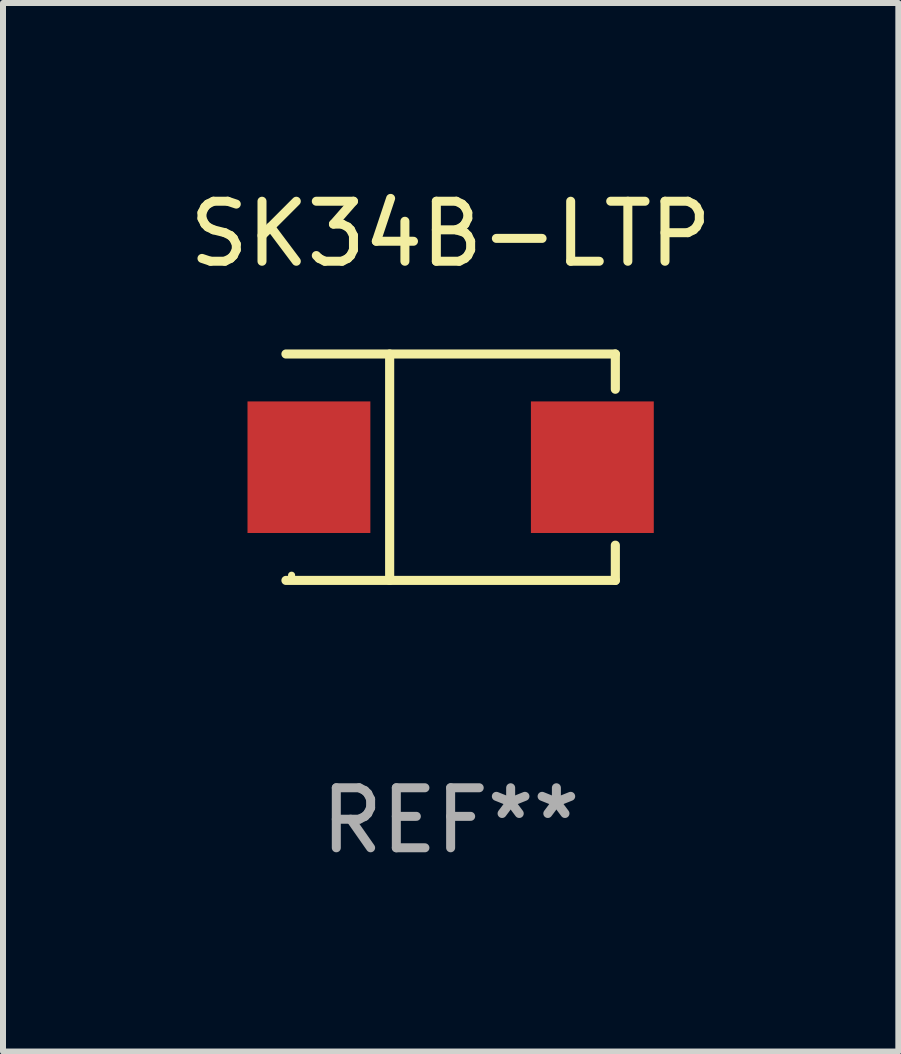
<source format=kicad_pcb>
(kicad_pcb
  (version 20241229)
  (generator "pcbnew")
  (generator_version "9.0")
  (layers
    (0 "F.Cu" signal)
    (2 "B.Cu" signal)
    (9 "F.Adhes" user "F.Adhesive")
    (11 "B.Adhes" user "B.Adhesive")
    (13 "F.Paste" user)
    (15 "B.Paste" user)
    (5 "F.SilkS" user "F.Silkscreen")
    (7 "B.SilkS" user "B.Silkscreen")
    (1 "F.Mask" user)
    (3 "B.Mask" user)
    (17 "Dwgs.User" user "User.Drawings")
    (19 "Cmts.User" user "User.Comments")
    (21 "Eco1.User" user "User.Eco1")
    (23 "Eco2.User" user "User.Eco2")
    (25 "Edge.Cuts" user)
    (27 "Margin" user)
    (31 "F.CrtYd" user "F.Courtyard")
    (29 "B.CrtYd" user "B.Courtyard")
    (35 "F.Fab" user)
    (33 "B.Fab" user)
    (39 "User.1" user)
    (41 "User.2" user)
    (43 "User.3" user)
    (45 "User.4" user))
  (footprint "SK34B-LTP"
    (layer "F.Cu")
    (at 4.458 4.734)
    (property "Reference" "SK34B-LTP" (at 0 -3.886 0) (layer "F.SilkS") (effects (font (size 1 1) (thickness 0.15))))
    (attr through_hole)
    (fp_line (start -2.744 -1.886) (end 2.744 -1.886) (stroke (width 0.152) (type solid)) (layer "F.SilkS"))
    (fp_line (start -2.744 1.886) (end 2.744 1.886) (stroke (width 0.152) (type solid)) (layer "F.SilkS"))
    (fp_line (start -1.016 -1.886) (end -1.016 1.886) (stroke (width 0.152) (type solid)) (layer "F.SilkS"))
    (fp_line (start 2.744 -1.886) (end 2.744 -1.299) (stroke (width 0.152) (type solid)) (layer "F.SilkS"))
    (fp_line (start 2.744 1.886) (end 2.744 1.299) (stroke (width 0.152) (type solid)) (layer "F.SilkS"))
    (fp_circle (center -2.65 1.8) (end -2.62 1.8) (stroke (width 0.06) (type solid)) (fill no) (layer "F.SilkS"))
    (fp_text user "REF**" (at 0 5.886 0) (layer "F.Fab") (effects (font (size 1 1) (thickness 0.15))))
    (pad "1" smd rect (at -2.361 0) (size 2.047 2.192) (layers "F.Cu" "F.Mask" "F.Paste"))
    (pad "2" smd rect (at 2.361 0) (size 2.047 2.192) (layers "F.Cu" "F.Mask" "F.Paste")))
  (gr_rect
    (start -3 -3)
    (end 11.917 14.469)
    (stroke (width 0.1) (type default))
    (fill no)
    (layer "Edge.Cuts")))
</source>
